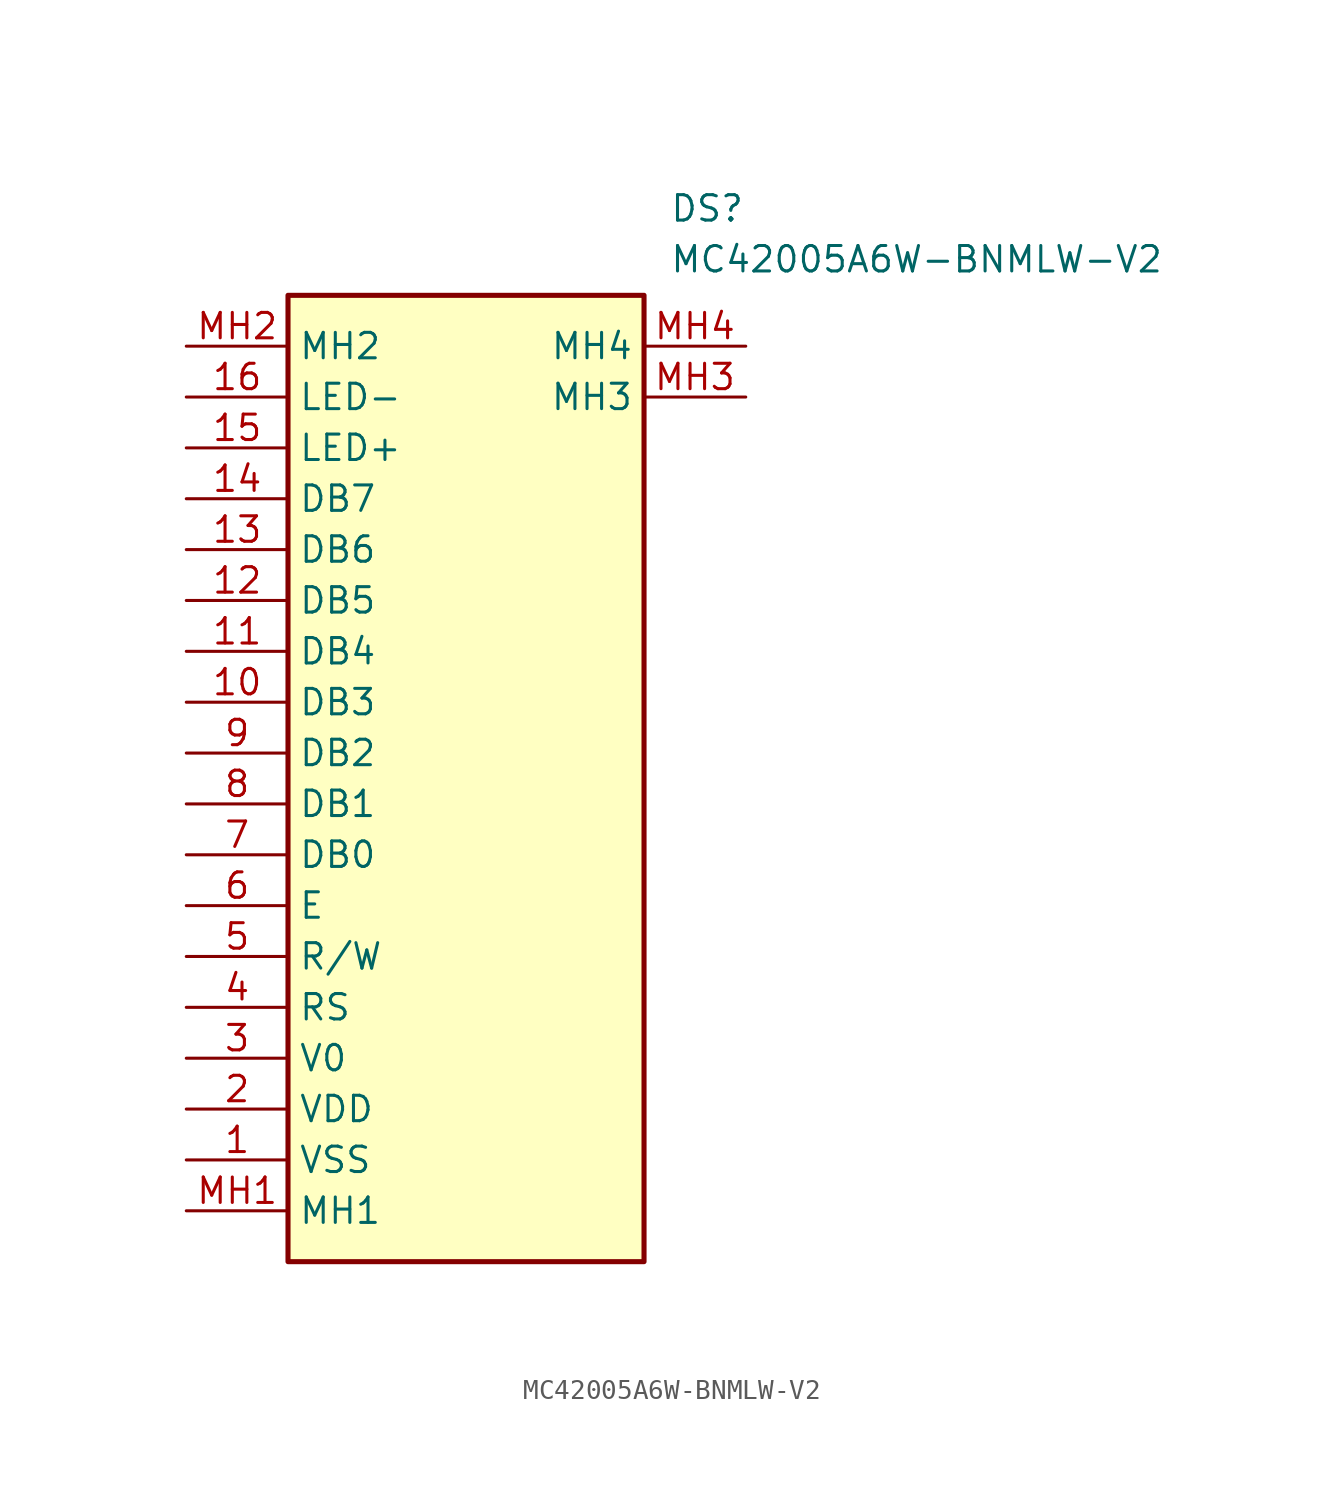
<source format=kicad_sym>
(kicad_symbol_lib
  (version 20211014)
  (generator SamacSys_ECAD_Model)
  (symbol "MC42005A6W-BNMLW-V2"
    (property "Reference" "DS"
      (at 24.13 7.62 0)
      (effects (font (size 1.27 1.27)) (justify left top)))
    (property "Value" "MC42005A6W-BNMLW-V2"
      (at 24.13 5.08 0)
      (effects (font (size 1.27 1.27)) (justify left top)))
    (rectangle
      (start 5.08 2.54)
      (end 22.86 -45.72)
      (stroke (width 0.254) (type default))
      (fill (type background)))
    (pin passive line
      (at 0 -40.64 0)
      (length 5.08)
      (name "VSS" (effects (font (size 1.27 1.27))))
      (number "1" (effects (font (size 1.27 1.27)))))
    (pin passive line
      (at 0 -38.1 0)
      (length 5.08)
      (name "VDD" (effects (font (size 1.27 1.27))))
      (number "2" (effects (font (size 1.27 1.27)))))
    (pin passive line
      (at 0 -35.56 0)
      (length 5.08)
      (name "V0" (effects (font (size 1.27 1.27))))
      (number "3" (effects (font (size 1.27 1.27)))))
    (pin passive line
      (at 0 -33.02 0)
      (length 5.08)
      (name "RS" (effects (font (size 1.27 1.27))))
      (number "4" (effects (font (size 1.27 1.27)))))
    (pin passive line
      (at 0 -30.48 0)
      (length 5.08)
      (name "R/W" (effects (font (size 1.27 1.27))))
      (number "5" (effects (font (size 1.27 1.27)))))
    (pin passive line
      (at 0 -27.94 0)
      (length 5.08)
      (name "E" (effects (font (size 1.27 1.27))))
      (number "6" (effects (font (size 1.27 1.27)))))
    (pin passive line
      (at 0 -25.4 0)
      (length 5.08)
      (name "DB0" (effects (font (size 1.27 1.27))))
      (number "7" (effects (font (size 1.27 1.27)))))
    (pin passive line
      (at 0 -22.86 0)
      (length 5.08)
      (name "DB1" (effects (font (size 1.27 1.27))))
      (number "8" (effects (font (size 1.27 1.27)))))
    (pin passive line
      (at 0 -20.32 0)
      (length 5.08)
      (name "DB2" (effects (font (size 1.27 1.27))))
      (number "9" (effects (font (size 1.27 1.27)))))
    (pin passive line
      (at 0 -17.78 0)
      (length 5.08)
      (name "DB3" (effects (font (size 1.27 1.27))))
      (number "10" (effects (font (size 1.27 1.27)))))
    (pin passive line
      (at 0 -15.24 0)
      (length 5.08)
      (name "DB4" (effects (font (size 1.27 1.27))))
      (number "11" (effects (font (size 1.27 1.27)))))
    (pin passive line
      (at 0 -12.7 0)
      (length 5.08)
      (name "DB5" (effects (font (size 1.27 1.27))))
      (number "12" (effects (font (size 1.27 1.27)))))
    (pin passive line
      (at 0 -10.16 0)
      (length 5.08)
      (name "DB6" (effects (font (size 1.27 1.27))))
      (number "13" (effects (font (size 1.27 1.27)))))
    (pin passive line
      (at 0 -7.62 0)
      (length 5.08)
      (name "DB7" (effects (font (size 1.27 1.27))))
      (number "14" (effects (font (size 1.27 1.27)))))
    (pin passive line
      (at 0 -5.08 0)
      (length 5.08)
      (name "LED+" (effects (font (size 1.27 1.27))))
      (number "15" (effects (font (size 1.27 1.27)))))
    (pin passive line
      (at 0 -2.54 0)
      (length 5.08)
      (name "LED-" (effects (font (size 1.27 1.27))))
      (number "16" (effects (font (size 1.27 1.27)))))
    (pin passive line
      (at 0 -43.18 0)
      (length 5.08)
      (name "MH1" (effects (font (size 1.27 1.27))))
      (number "MH1" (effects (font (size 1.27 1.27)))))
    (pin passive line
      (at 0 0 0)
      (length 5.08)
      (name "MH2" (effects (font (size 1.27 1.27))))
      (number "MH2" (effects (font (size 1.27 1.27)))))
    (pin passive line
      (at 27.94 -2.54 180)
      (length 5.08)
      (name "MH3" (effects (font (size 1.27 1.27))))
      (number "MH3" (effects (font (size 1.27 1.27)))))
    (pin passive line
      (at 27.94 0 180)
      (length 5.08)
      (name "MH4" (effects (font (size 1.27 1.27))))
      (number "MH4" (effects (font (size 1.27 1.27)))))))
</source>
